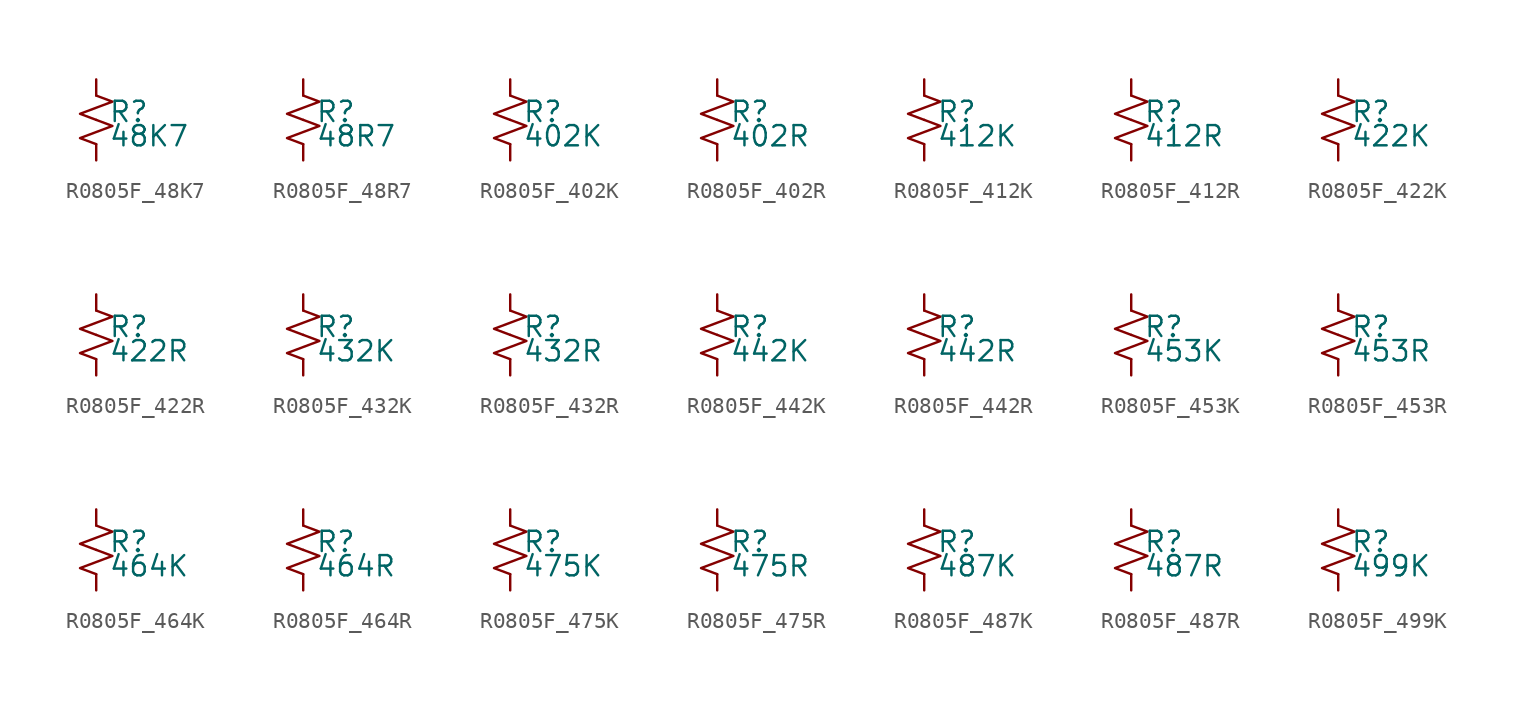
<source format=kicad_sym>
(kicad_symbol_lib
  (version 20220914)
  (generator kicad_symbol_editor)
  (symbol "R0805F_48K7"
    (pin_numbers hide)
    (pin_names
      (offset 0.254) hide)
    (property "Reference" "R"
      (at 0.762 0.508 0)
      (effects (font (size 1.27 1.27)) (justify left)))
    (property "Value" "48K7"
      (at 0.762 -1.016 0)
      (effects (font (size 1.27 1.27)) (justify left)))
    (symbol "R0805F_48K7_1_1"
      (polyline (pts (xy 0 0) (xy 1.016 -0.381) (xy 0 -0.762) (xy -1.016 -1.143) (xy 0 -1.524)) (stroke (width 0) (type default)) (fill (type none)))
      (polyline (pts (xy 0 1.524) (xy 1.016 1.143) (xy 0 0.762) (xy -1.016 0.381) (xy 0 0)) (stroke (width 0) (type default)) (fill (type none)))
      (pin passive line (at 0 2.54 270) (length 1.016) (name "~" (effects (font (size 1.27 1.27)))) (number "1" (effects (font (size 1.27 1.27)))))
      (pin passive line (at 0 -2.54 90) (length 1.016) (name "~" (effects (font (size 1.27 1.27)))) (number "2" (effects (font (size 1.27 1.27)))))))
  (symbol "R0805F_48R7"
    (pin_numbers hide)
    (pin_names
      (offset 0.254) hide)
    (property "Reference" "R"
      (at 0.762 0.508 0)
      (effects (font (size 1.27 1.27)) (justify left)))
    (property "Value" "48R7"
      (at 0.762 -1.016 0)
      (effects (font (size 1.27 1.27)) (justify left)))
    (symbol "R0805F_48R7_1_1"
      (polyline (pts (xy 0 0) (xy 1.016 -0.381) (xy 0 -0.762) (xy -1.016 -1.143) (xy 0 -1.524)) (stroke (width 0) (type default)) (fill (type none)))
      (polyline (pts (xy 0 1.524) (xy 1.016 1.143) (xy 0 0.762) (xy -1.016 0.381) (xy 0 0)) (stroke (width 0) (type default)) (fill (type none)))
      (pin passive line (at 0 2.54 270) (length 1.016) (name "~" (effects (font (size 1.27 1.27)))) (number "1" (effects (font (size 1.27 1.27)))))
      (pin passive line (at 0 -2.54 90) (length 1.016) (name "~" (effects (font (size 1.27 1.27)))) (number "2" (effects (font (size 1.27 1.27)))))))
  (symbol "R0805F_402K"
    (pin_numbers hide)
    (pin_names
      (offset 0.254) hide)
    (property "Reference" "R"
      (at 0.762 0.508 0)
      (effects (font (size 1.27 1.27)) (justify left)))
    (property "Value" "402K"
      (at 0.762 -1.016 0)
      (effects (font (size 1.27 1.27)) (justify left)))
    (symbol "R0805F_402K_1_1"
      (polyline (pts (xy 0 0) (xy 1.016 -0.381) (xy 0 -0.762) (xy -1.016 -1.143) (xy 0 -1.524)) (stroke (width 0) (type default)) (fill (type none)))
      (polyline (pts (xy 0 1.524) (xy 1.016 1.143) (xy 0 0.762) (xy -1.016 0.381) (xy 0 0)) (stroke (width 0) (type default)) (fill (type none)))
      (pin passive line (at 0 2.54 270) (length 1.016) (name "~" (effects (font (size 1.27 1.27)))) (number "1" (effects (font (size 1.27 1.27)))))
      (pin passive line (at 0 -2.54 90) (length 1.016) (name "~" (effects (font (size 1.27 1.27)))) (number "2" (effects (font (size 1.27 1.27)))))))
  (symbol "R0805F_402R"
    (pin_numbers hide)
    (pin_names
      (offset 0.254) hide)
    (property "Reference" "R"
      (at 0.762 0.508 0)
      (effects (font (size 1.27 1.27)) (justify left)))
    (property "Value" "402R"
      (at 0.762 -1.016 0)
      (effects (font (size 1.27 1.27)) (justify left)))
    (symbol "R0805F_402R_1_1"
      (polyline (pts (xy 0 0) (xy 1.016 -0.381) (xy 0 -0.762) (xy -1.016 -1.143) (xy 0 -1.524)) (stroke (width 0) (type default)) (fill (type none)))
      (polyline (pts (xy 0 1.524) (xy 1.016 1.143) (xy 0 0.762) (xy -1.016 0.381) (xy 0 0)) (stroke (width 0) (type default)) (fill (type none)))
      (pin passive line (at 0 2.54 270) (length 1.016) (name "~" (effects (font (size 1.27 1.27)))) (number "1" (effects (font (size 1.27 1.27)))))
      (pin passive line (at 0 -2.54 90) (length 1.016) (name "~" (effects (font (size 1.27 1.27)))) (number "2" (effects (font (size 1.27 1.27)))))))
  (symbol "R0805F_412K"
    (pin_numbers hide)
    (pin_names
      (offset 0.254) hide)
    (property "Reference" "R"
      (at 0.762 0.508 0)
      (effects (font (size 1.27 1.27)) (justify left)))
    (property "Value" "412K"
      (at 0.762 -1.016 0)
      (effects (font (size 1.27 1.27)) (justify left)))
    (symbol "R0805F_412K_1_1"
      (polyline (pts (xy 0 0) (xy 1.016 -0.381) (xy 0 -0.762) (xy -1.016 -1.143) (xy 0 -1.524)) (stroke (width 0) (type default)) (fill (type none)))
      (polyline (pts (xy 0 1.524) (xy 1.016 1.143) (xy 0 0.762) (xy -1.016 0.381) (xy 0 0)) (stroke (width 0) (type default)) (fill (type none)))
      (pin passive line (at 0 2.54 270) (length 1.016) (name "~" (effects (font (size 1.27 1.27)))) (number "1" (effects (font (size 1.27 1.27)))))
      (pin passive line (at 0 -2.54 90) (length 1.016) (name "~" (effects (font (size 1.27 1.27)))) (number "2" (effects (font (size 1.27 1.27)))))))
  (symbol "R0805F_412R"
    (pin_numbers hide)
    (pin_names
      (offset 0.254) hide)
    (property "Reference" "R"
      (at 0.762 0.508 0)
      (effects (font (size 1.27 1.27)) (justify left)))
    (property "Value" "412R"
      (at 0.762 -1.016 0)
      (effects (font (size 1.27 1.27)) (justify left)))
    (symbol "R0805F_412R_1_1"
      (polyline (pts (xy 0 0) (xy 1.016 -0.381) (xy 0 -0.762) (xy -1.016 -1.143) (xy 0 -1.524)) (stroke (width 0) (type default)) (fill (type none)))
      (polyline (pts (xy 0 1.524) (xy 1.016 1.143) (xy 0 0.762) (xy -1.016 0.381) (xy 0 0)) (stroke (width 0) (type default)) (fill (type none)))
      (pin passive line (at 0 2.54 270) (length 1.016) (name "~" (effects (font (size 1.27 1.27)))) (number "1" (effects (font (size 1.27 1.27)))))
      (pin passive line (at 0 -2.54 90) (length 1.016) (name "~" (effects (font (size 1.27 1.27)))) (number "2" (effects (font (size 1.27 1.27)))))))
  (symbol "R0805F_422K"
    (pin_numbers hide)
    (pin_names
      (offset 0.254) hide)
    (property "Reference" "R"
      (at 0.762 0.508 0)
      (effects (font (size 1.27 1.27)) (justify left)))
    (property "Value" "422K"
      (at 0.762 -1.016 0)
      (effects (font (size 1.27 1.27)) (justify left)))
    (symbol "R0805F_422K_1_1"
      (polyline (pts (xy 0 0) (xy 1.016 -0.381) (xy 0 -0.762) (xy -1.016 -1.143) (xy 0 -1.524)) (stroke (width 0) (type default)) (fill (type none)))
      (polyline (pts (xy 0 1.524) (xy 1.016 1.143) (xy 0 0.762) (xy -1.016 0.381) (xy 0 0)) (stroke (width 0) (type default)) (fill (type none)))
      (pin passive line (at 0 2.54 270) (length 1.016) (name "~" (effects (font (size 1.27 1.27)))) (number "1" (effects (font (size 1.27 1.27)))))
      (pin passive line (at 0 -2.54 90) (length 1.016) (name "~" (effects (font (size 1.27 1.27)))) (number "2" (effects (font (size 1.27 1.27)))))))
  (symbol "R0805F_422R"
    (pin_numbers hide)
    (pin_names
      (offset 0.254) hide)
    (property "Reference" "R"
      (at 0.762 0.508 0)
      (effects (font (size 1.27 1.27)) (justify left)))
    (property "Value" "422R"
      (at 0.762 -1.016 0)
      (effects (font (size 1.27 1.27)) (justify left)))
    (symbol "R0805F_422R_1_1"
      (polyline (pts (xy 0 0) (xy 1.016 -0.381) (xy 0 -0.762) (xy -1.016 -1.143) (xy 0 -1.524)) (stroke (width 0) (type default)) (fill (type none)))
      (polyline (pts (xy 0 1.524) (xy 1.016 1.143) (xy 0 0.762) (xy -1.016 0.381) (xy 0 0)) (stroke (width 0) (type default)) (fill (type none)))
      (pin passive line (at 0 2.54 270) (length 1.016) (name "~" (effects (font (size 1.27 1.27)))) (number "1" (effects (font (size 1.27 1.27)))))
      (pin passive line (at 0 -2.54 90) (length 1.016) (name "~" (effects (font (size 1.27 1.27)))) (number "2" (effects (font (size 1.27 1.27)))))))
  (symbol "R0805F_432K"
    (pin_numbers hide)
    (pin_names
      (offset 0.254) hide)
    (property "Reference" "R"
      (at 0.762 0.508 0)
      (effects (font (size 1.27 1.27)) (justify left)))
    (property "Value" "432K"
      (at 0.762 -1.016 0)
      (effects (font (size 1.27 1.27)) (justify left)))
    (symbol "R0805F_432K_1_1"
      (polyline (pts (xy 0 0) (xy 1.016 -0.381) (xy 0 -0.762) (xy -1.016 -1.143) (xy 0 -1.524)) (stroke (width 0) (type default)) (fill (type none)))
      (polyline (pts (xy 0 1.524) (xy 1.016 1.143) (xy 0 0.762) (xy -1.016 0.381) (xy 0 0)) (stroke (width 0) (type default)) (fill (type none)))
      (pin passive line (at 0 2.54 270) (length 1.016) (name "~" (effects (font (size 1.27 1.27)))) (number "1" (effects (font (size 1.27 1.27)))))
      (pin passive line (at 0 -2.54 90) (length 1.016) (name "~" (effects (font (size 1.27 1.27)))) (number "2" (effects (font (size 1.27 1.27)))))))
  (symbol "R0805F_432R"
    (pin_numbers hide)
    (pin_names
      (offset 0.254) hide)
    (property "Reference" "R"
      (at 0.762 0.508 0)
      (effects (font (size 1.27 1.27)) (justify left)))
    (property "Value" "432R"
      (at 0.762 -1.016 0)
      (effects (font (size 1.27 1.27)) (justify left)))
    (symbol "R0805F_432R_1_1"
      (polyline (pts (xy 0 0) (xy 1.016 -0.381) (xy 0 -0.762) (xy -1.016 -1.143) (xy 0 -1.524)) (stroke (width 0) (type default)) (fill (type none)))
      (polyline (pts (xy 0 1.524) (xy 1.016 1.143) (xy 0 0.762) (xy -1.016 0.381) (xy 0 0)) (stroke (width 0) (type default)) (fill (type none)))
      (pin passive line (at 0 2.54 270) (length 1.016) (name "~" (effects (font (size 1.27 1.27)))) (number "1" (effects (font (size 1.27 1.27)))))
      (pin passive line (at 0 -2.54 90) (length 1.016) (name "~" (effects (font (size 1.27 1.27)))) (number "2" (effects (font (size 1.27 1.27)))))))
  (symbol "R0805F_442K"
    (pin_numbers hide)
    (pin_names
      (offset 0.254) hide)
    (property "Reference" "R"
      (at 0.762 0.508 0)
      (effects (font (size 1.27 1.27)) (justify left)))
    (property "Value" "442K"
      (at 0.762 -1.016 0)
      (effects (font (size 1.27 1.27)) (justify left)))
    (symbol "R0805F_442K_1_1"
      (polyline (pts (xy 0 0) (xy 1.016 -0.381) (xy 0 -0.762) (xy -1.016 -1.143) (xy 0 -1.524)) (stroke (width 0) (type default)) (fill (type none)))
      (polyline (pts (xy 0 1.524) (xy 1.016 1.143) (xy 0 0.762) (xy -1.016 0.381) (xy 0 0)) (stroke (width 0) (type default)) (fill (type none)))
      (pin passive line (at 0 2.54 270) (length 1.016) (name "~" (effects (font (size 1.27 1.27)))) (number "1" (effects (font (size 1.27 1.27)))))
      (pin passive line (at 0 -2.54 90) (length 1.016) (name "~" (effects (font (size 1.27 1.27)))) (number "2" (effects (font (size 1.27 1.27)))))))
  (symbol "R0805F_442R"
    (pin_numbers hide)
    (pin_names
      (offset 0.254) hide)
    (property "Reference" "R"
      (at 0.762 0.508 0)
      (effects (font (size 1.27 1.27)) (justify left)))
    (property "Value" "442R"
      (at 0.762 -1.016 0)
      (effects (font (size 1.27 1.27)) (justify left)))
    (symbol "R0805F_442R_1_1"
      (polyline (pts (xy 0 0) (xy 1.016 -0.381) (xy 0 -0.762) (xy -1.016 -1.143) (xy 0 -1.524)) (stroke (width 0) (type default)) (fill (type none)))
      (polyline (pts (xy 0 1.524) (xy 1.016 1.143) (xy 0 0.762) (xy -1.016 0.381) (xy 0 0)) (stroke (width 0) (type default)) (fill (type none)))
      (pin passive line (at 0 2.54 270) (length 1.016) (name "~" (effects (font (size 1.27 1.27)))) (number "1" (effects (font (size 1.27 1.27)))))
      (pin passive line (at 0 -2.54 90) (length 1.016) (name "~" (effects (font (size 1.27 1.27)))) (number "2" (effects (font (size 1.27 1.27)))))))
  (symbol "R0805F_453K"
    (pin_numbers hide)
    (pin_names
      (offset 0.254) hide)
    (property "Reference" "R"
      (at 0.762 0.508 0)
      (effects (font (size 1.27 1.27)) (justify left)))
    (property "Value" "453K"
      (at 0.762 -1.016 0)
      (effects (font (size 1.27 1.27)) (justify left)))
    (symbol "R0805F_453K_1_1"
      (polyline (pts (xy 0 0) (xy 1.016 -0.381) (xy 0 -0.762) (xy -1.016 -1.143) (xy 0 -1.524)) (stroke (width 0) (type default)) (fill (type none)))
      (polyline (pts (xy 0 1.524) (xy 1.016 1.143) (xy 0 0.762) (xy -1.016 0.381) (xy 0 0)) (stroke (width 0) (type default)) (fill (type none)))
      (pin passive line (at 0 2.54 270) (length 1.016) (name "~" (effects (font (size 1.27 1.27)))) (number "1" (effects (font (size 1.27 1.27)))))
      (pin passive line (at 0 -2.54 90) (length 1.016) (name "~" (effects (font (size 1.27 1.27)))) (number "2" (effects (font (size 1.27 1.27)))))))
  (symbol "R0805F_453R"
    (pin_numbers hide)
    (pin_names
      (offset 0.254) hide)
    (property "Reference" "R"
      (at 0.762 0.508 0)
      (effects (font (size 1.27 1.27)) (justify left)))
    (property "Value" "453R"
      (at 0.762 -1.016 0)
      (effects (font (size 1.27 1.27)) (justify left)))
    (symbol "R0805F_453R_1_1"
      (polyline (pts (xy 0 0) (xy 1.016 -0.381) (xy 0 -0.762) (xy -1.016 -1.143) (xy 0 -1.524)) (stroke (width 0) (type default)) (fill (type none)))
      (polyline (pts (xy 0 1.524) (xy 1.016 1.143) (xy 0 0.762) (xy -1.016 0.381) (xy 0 0)) (stroke (width 0) (type default)) (fill (type none)))
      (pin passive line (at 0 2.54 270) (length 1.016) (name "~" (effects (font (size 1.27 1.27)))) (number "1" (effects (font (size 1.27 1.27)))))
      (pin passive line (at 0 -2.54 90) (length 1.016) (name "~" (effects (font (size 1.27 1.27)))) (number "2" (effects (font (size 1.27 1.27)))))))
  (symbol "R0805F_464K"
    (pin_numbers hide)
    (pin_names
      (offset 0.254) hide)
    (property "Reference" "R"
      (at 0.762 0.508 0)
      (effects (font (size 1.27 1.27)) (justify left)))
    (property "Value" "464K"
      (at 0.762 -1.016 0)
      (effects (font (size 1.27 1.27)) (justify left)))
    (symbol "R0805F_464K_1_1"
      (polyline (pts (xy 0 0) (xy 1.016 -0.381) (xy 0 -0.762) (xy -1.016 -1.143) (xy 0 -1.524)) (stroke (width 0) (type default)) (fill (type none)))
      (polyline (pts (xy 0 1.524) (xy 1.016 1.143) (xy 0 0.762) (xy -1.016 0.381) (xy 0 0)) (stroke (width 0) (type default)) (fill (type none)))
      (pin passive line (at 0 2.54 270) (length 1.016) (name "~" (effects (font (size 1.27 1.27)))) (number "1" (effects (font (size 1.27 1.27)))))
      (pin passive line (at 0 -2.54 90) (length 1.016) (name "~" (effects (font (size 1.27 1.27)))) (number "2" (effects (font (size 1.27 1.27)))))))
  (symbol "R0805F_464R"
    (pin_numbers hide)
    (pin_names
      (offset 0.254) hide)
    (property "Reference" "R"
      (at 0.762 0.508 0)
      (effects (font (size 1.27 1.27)) (justify left)))
    (property "Value" "464R"
      (at 0.762 -1.016 0)
      (effects (font (size 1.27 1.27)) (justify left)))
    (symbol "R0805F_464R_1_1"
      (polyline (pts (xy 0 0) (xy 1.016 -0.381) (xy 0 -0.762) (xy -1.016 -1.143) (xy 0 -1.524)) (stroke (width 0) (type default)) (fill (type none)))
      (polyline (pts (xy 0 1.524) (xy 1.016 1.143) (xy 0 0.762) (xy -1.016 0.381) (xy 0 0)) (stroke (width 0) (type default)) (fill (type none)))
      (pin passive line (at 0 2.54 270) (length 1.016) (name "~" (effects (font (size 1.27 1.27)))) (number "1" (effects (font (size 1.27 1.27)))))
      (pin passive line (at 0 -2.54 90) (length 1.016) (name "~" (effects (font (size 1.27 1.27)))) (number "2" (effects (font (size 1.27 1.27)))))))
  (symbol "R0805F_475K"
    (pin_numbers hide)
    (pin_names
      (offset 0.254) hide)
    (property "Reference" "R"
      (at 0.762 0.508 0)
      (effects (font (size 1.27 1.27)) (justify left)))
    (property "Value" "475K"
      (at 0.762 -1.016 0)
      (effects (font (size 1.27 1.27)) (justify left)))
    (symbol "R0805F_475K_1_1"
      (polyline (pts (xy 0 0) (xy 1.016 -0.381) (xy 0 -0.762) (xy -1.016 -1.143) (xy 0 -1.524)) (stroke (width 0) (type default)) (fill (type none)))
      (polyline (pts (xy 0 1.524) (xy 1.016 1.143) (xy 0 0.762) (xy -1.016 0.381) (xy 0 0)) (stroke (width 0) (type default)) (fill (type none)))
      (pin passive line (at 0 2.54 270) (length 1.016) (name "~" (effects (font (size 1.27 1.27)))) (number "1" (effects (font (size 1.27 1.27)))))
      (pin passive line (at 0 -2.54 90) (length 1.016) (name "~" (effects (font (size 1.27 1.27)))) (number "2" (effects (font (size 1.27 1.27)))))))
  (symbol "R0805F_475R"
    (pin_numbers hide)
    (pin_names
      (offset 0.254) hide)
    (property "Reference" "R"
      (at 0.762 0.508 0)
      (effects (font (size 1.27 1.27)) (justify left)))
    (property "Value" "475R"
      (at 0.762 -1.016 0)
      (effects (font (size 1.27 1.27)) (justify left)))
    (symbol "R0805F_475R_1_1"
      (polyline (pts (xy 0 0) (xy 1.016 -0.381) (xy 0 -0.762) (xy -1.016 -1.143) (xy 0 -1.524)) (stroke (width 0) (type default)) (fill (type none)))
      (polyline (pts (xy 0 1.524) (xy 1.016 1.143) (xy 0 0.762) (xy -1.016 0.381) (xy 0 0)) (stroke (width 0) (type default)) (fill (type none)))
      (pin passive line (at 0 2.54 270) (length 1.016) (name "~" (effects (font (size 1.27 1.27)))) (number "1" (effects (font (size 1.27 1.27)))))
      (pin passive line (at 0 -2.54 90) (length 1.016) (name "~" (effects (font (size 1.27 1.27)))) (number "2" (effects (font (size 1.27 1.27)))))))
  (symbol "R0805F_487K"
    (pin_numbers hide)
    (pin_names
      (offset 0.254) hide)
    (property "Reference" "R"
      (at 0.762 0.508 0)
      (effects (font (size 1.27 1.27)) (justify left)))
    (property "Value" "487K"
      (at 0.762 -1.016 0)
      (effects (font (size 1.27 1.27)) (justify left)))
    (symbol "R0805F_487K_1_1"
      (polyline (pts (xy 0 0) (xy 1.016 -0.381) (xy 0 -0.762) (xy -1.016 -1.143) (xy 0 -1.524)) (stroke (width 0) (type default)) (fill (type none)))
      (polyline (pts (xy 0 1.524) (xy 1.016 1.143) (xy 0 0.762) (xy -1.016 0.381) (xy 0 0)) (stroke (width 0) (type default)) (fill (type none)))
      (pin passive line (at 0 2.54 270) (length 1.016) (name "~" (effects (font (size 1.27 1.27)))) (number "1" (effects (font (size 1.27 1.27)))))
      (pin passive line (at 0 -2.54 90) (length 1.016) (name "~" (effects (font (size 1.27 1.27)))) (number "2" (effects (font (size 1.27 1.27)))))))
  (symbol "R0805F_487R"
    (pin_numbers hide)
    (pin_names
      (offset 0.254) hide)
    (property "Reference" "R"
      (at 0.762 0.508 0)
      (effects (font (size 1.27 1.27)) (justify left)))
    (property "Value" "487R"
      (at 0.762 -1.016 0)
      (effects (font (size 1.27 1.27)) (justify left)))
    (symbol "R0805F_487R_1_1"
      (polyline (pts (xy 0 0) (xy 1.016 -0.381) (xy 0 -0.762) (xy -1.016 -1.143) (xy 0 -1.524)) (stroke (width 0) (type default)) (fill (type none)))
      (polyline (pts (xy 0 1.524) (xy 1.016 1.143) (xy 0 0.762) (xy -1.016 0.381) (xy 0 0)) (stroke (width 0) (type default)) (fill (type none)))
      (pin passive line (at 0 2.54 270) (length 1.016) (name "~" (effects (font (size 1.27 1.27)))) (number "1" (effects (font (size 1.27 1.27)))))
      (pin passive line (at 0 -2.54 90) (length 1.016) (name "~" (effects (font (size 1.27 1.27)))) (number "2" (effects (font (size 1.27 1.27)))))))
  (symbol "R0805F_499K"
    (pin_numbers hide)
    (pin_names
      (offset 0.254) hide)
    (property "Reference" "R"
      (at 0.762 0.508 0)
      (effects (font (size 1.27 1.27)) (justify left)))
    (property "Value" "499K"
      (at 0.762 -1.016 0)
      (effects (font (size 1.27 1.27)) (justify left)))
    (symbol "R0805F_499K_1_1"
      (polyline (pts (xy 0 0) (xy 1.016 -0.381) (xy 0 -0.762) (xy -1.016 -1.143) (xy 0 -1.524)) (stroke (width 0) (type default)) (fill (type none)))
      (polyline (pts (xy 0 1.524) (xy 1.016 1.143) (xy 0 0.762) (xy -1.016 0.381) (xy 0 0)) (stroke (width 0) (type default)) (fill (type none)))
      (pin passive line (at 0 2.54 270) (length 1.016) (name "~" (effects (font (size 1.27 1.27)))) (number "1" (effects (font (size 1.27 1.27)))))
      (pin passive line (at 0 -2.54 90) (length 1.016) (name "~" (effects (font (size 1.27 1.27)))) (number "2" (effects (font (size 1.27 1.27))))))))
</source>
